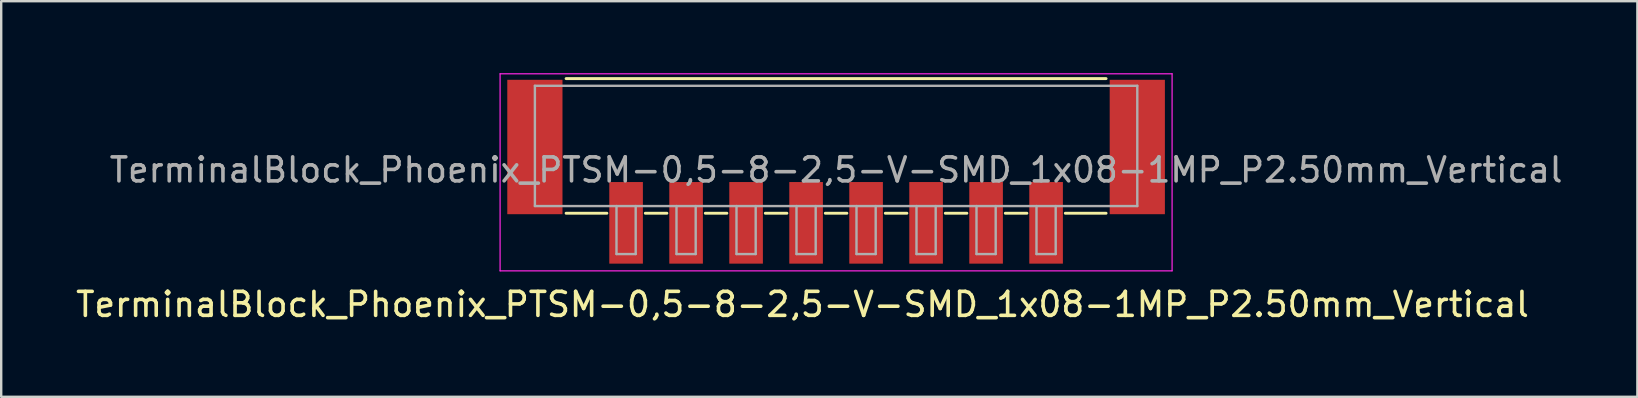
<source format=kicad_pcb>
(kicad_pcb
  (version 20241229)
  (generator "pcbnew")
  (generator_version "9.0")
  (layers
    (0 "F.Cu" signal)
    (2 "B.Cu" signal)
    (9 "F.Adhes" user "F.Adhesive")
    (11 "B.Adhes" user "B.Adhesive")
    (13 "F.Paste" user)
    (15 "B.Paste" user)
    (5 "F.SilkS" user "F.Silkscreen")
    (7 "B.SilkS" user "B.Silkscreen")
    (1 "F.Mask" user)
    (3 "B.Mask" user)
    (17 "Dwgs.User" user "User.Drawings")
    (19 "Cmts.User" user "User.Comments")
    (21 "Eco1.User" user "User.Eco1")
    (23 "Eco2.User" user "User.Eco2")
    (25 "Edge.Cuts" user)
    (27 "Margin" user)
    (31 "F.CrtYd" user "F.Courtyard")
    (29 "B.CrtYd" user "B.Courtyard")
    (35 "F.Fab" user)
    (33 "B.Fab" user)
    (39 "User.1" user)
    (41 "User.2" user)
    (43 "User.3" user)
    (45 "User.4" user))
  (footprint "TerminalBlock_Phoenix_PTSM-0,5-8-2,5-V-SMD_1x08-1MP_P2.50mm_Vertical"
    (layer "F.Cu")
    (at 31.787 4.105)
    (property "Reference" "TerminalBlock_Phoenix_PTSM-0,5-8-2,5-V-SMD_1x08-1MP_P2.50mm_Vertical" (at -1.4 5.53 0) (layer "F.SilkS") (effects (font (size 1 1) (thickness 0.15))))
    (attr smd)
    (fp_line (start -11.25 -3.88) (end 11.25 -3.88) (stroke (width 0.12) (type solid)) (layer "F.SilkS"))
    (fp_line (start -9.55 1.73) (end -11.25 1.73) (stroke (width 0.12) (type solid)) (layer "F.SilkS"))
    (fp_line (start -7.05 1.73) (end -7.95 1.73) (stroke (width 0.12) (type solid)) (layer "F.SilkS"))
    (fp_line (start -4.55 1.73) (end -5.45 1.73) (stroke (width 0.12) (type solid)) (layer "F.SilkS"))
    (fp_line (start -2.05 1.73) (end -2.95 1.73) (stroke (width 0.12) (type solid)) (layer "F.SilkS"))
    (fp_line (start 0.45 1.73) (end -0.45 1.73) (stroke (width 0.12) (type solid)) (layer "F.SilkS"))
    (fp_line (start 2.95 1.73) (end 2.05 1.73) (stroke (width 0.12) (type solid)) (layer "F.SilkS"))
    (fp_line (start 5.45 1.73) (end 4.55 1.73) (stroke (width 0.12) (type solid)) (layer "F.SilkS"))
    (fp_line (start 7.95 1.73) (end 7.05 1.73) (stroke (width 0.12) (type solid)) (layer "F.SilkS"))
    (fp_line (start 11.25 1.73) (end 9.55 1.73) (stroke (width 0.12) (type solid)) (layer "F.SilkS"))
    (fp_line (start -14 -4.08) (end 14 -4.08) (stroke (width 0.05) (type solid)) (layer "F.CrtYd"))
    (fp_line (start -14 4.13) (end -14 -4.08) (stroke (width 0.05) (type solid)) (layer "F.CrtYd"))
    (fp_line (start 14 -4.08) (end 14 4.13) (stroke (width 0.05) (type solid)) (layer "F.CrtYd"))
    (fp_line (start 14 4.13) (end -14 4.13) (stroke (width 0.05) (type solid)) (layer "F.CrtYd"))
    (fp_line (start -12.55 -3.58) (end 12.55 -3.58) (stroke (width 0.1) (type solid)) (layer "F.Fab"))
    (fp_line (start -12.55 1.43) (end -12.55 -3.58) (stroke (width 0.1) (type solid)) (layer "F.Fab"))
    (fp_line (start -9.15 1.43) (end -9.15 3.43) (stroke (width 0.1) (type solid)) (layer "F.Fab"))
    (fp_line (start -9.15 3.43) (end -8.35 3.43) (stroke (width 0.1) (type solid)) (layer "F.Fab"))
    (fp_line (start -8.35 1.43) (end -8.35 3.43) (stroke (width 0.1) (type solid)) (layer "F.Fab"))
    (fp_line (start -6.65 1.43) (end -6.65 3.43) (stroke (width 0.1) (type solid)) (layer "F.Fab"))
    (fp_line (start -6.65 3.43) (end -5.85 3.43) (stroke (width 0.1) (type solid)) (layer "F.Fab"))
    (fp_line (start -5.85 1.43) (end -5.85 3.43) (stroke (width 0.1) (type solid)) (layer "F.Fab"))
    (fp_line (start -4.15 1.43) (end -4.15 3.43) (stroke (width 0.1) (type solid)) (layer "F.Fab"))
    (fp_line (start -4.15 3.43) (end -3.35 3.43) (stroke (width 0.1) (type solid)) (layer "F.Fab"))
    (fp_line (start -3.35 1.43) (end -3.35 3.43) (stroke (width 0.1) (type solid)) (layer "F.Fab"))
    (fp_line (start -1.65 1.43) (end -1.65 3.43) (stroke (width 0.1) (type solid)) (layer "F.Fab"))
    (fp_line (start -1.65 3.43) (end -0.85 3.43) (stroke (width 0.1) (type solid)) (layer "F.Fab"))
    (fp_line (start -0.85 1.43) (end -0.85 3.43) (stroke (width 0.1) (type solid)) (layer "F.Fab"))
    (fp_line (start 0.85 1.43) (end 0.85 3.43) (stroke (width 0.1) (type solid)) (layer "F.Fab"))
    (fp_line (start 0.85 3.43) (end 1.65 3.43) (stroke (width 0.1) (type solid)) (layer "F.Fab"))
    (fp_line (start 1.65 1.43) (end 1.65 3.43) (stroke (width 0.1) (type solid)) (layer "F.Fab"))
    (fp_line (start 3.35 1.43) (end 3.35 3.43) (stroke (width 0.1) (type solid)) (layer "F.Fab"))
    (fp_line (start 3.35 3.43) (end 4.15 3.43) (stroke (width 0.1) (type solid)) (layer "F.Fab"))
    (fp_line (start 4.15 1.43) (end 4.15 3.43) (stroke (width 0.1) (type solid)) (layer "F.Fab"))
    (fp_line (start 5.85 1.43) (end 5.85 3.43) (stroke (width 0.1) (type solid)) (layer "F.Fab"))
    (fp_line (start 5.85 3.43) (end 6.65 3.43) (stroke (width 0.1) (type solid)) (layer "F.Fab"))
    (fp_line (start 6.65 1.43) (end 6.65 3.43) (stroke (width 0.1) (type solid)) (layer "F.Fab"))
    (fp_line (start 8.35 1.43) (end 8.35 3.43) (stroke (width 0.1) (type solid)) (layer "F.Fab"))
    (fp_line (start 8.35 3.43) (end 9.15 3.43) (stroke (width 0.1) (type solid)) (layer "F.Fab"))
    (fp_line (start 9.15 1.43) (end 9.15 3.43) (stroke (width 0.1) (type solid)) (layer "F.Fab"))
    (fp_line (start 12.55 1.43) (end -12.55 1.43) (stroke (width 0.1) (type solid)) (layer "F.Fab"))
    (fp_line (start 12.55 1.43) (end 12.55 -3.58) (stroke (width 0.1) (type solid)) (layer "F.Fab"))
    (fp_text user "${REFERENCE}" (at 0 -0.075 0) (layer "F.Fab") (effects (font (size 1 1) (thickness 0.15))))
    (pad "1" smd rect (at -8.75 2.13 180) (size 1.4 3.4) (layers "F.Cu" "F.Mask" "F.Paste"))
    (pad "2" smd rect (at -6.25 2.13 180) (size 1.4 3.4) (layers "F.Cu" "F.Mask" "F.Paste"))
    (pad "3" smd rect (at -3.75 2.13 180) (size 1.4 3.4) (layers "F.Cu" "F.Mask" "F.Paste"))
    (pad "4" smd rect (at -1.25 2.13 180) (size 1.4 3.4) (layers "F.Cu" "F.Mask" "F.Paste"))
    (pad "5" smd rect (at 1.25 2.13 180) (size 1.4 3.4) (layers "F.Cu" "F.Mask" "F.Paste"))
    (pad "6" smd rect (at 3.75 2.13 180) (size 1.4 3.4) (layers "F.Cu" "F.Mask" "F.Paste"))
    (pad "7" smd rect (at 6.25 2.13 180) (size 1.4 3.4) (layers "F.Cu" "F.Mask" "F.Paste"))
    (pad "8" smd rect (at 8.75 2.13 180) (size 1.4 3.4) (layers "F.Cu" "F.Mask" "F.Paste"))
    (pad "MP" smd rect (at -12.55 -1.03 180) (size 2.3 5.6) (layers "F.Cu" "F.Mask" "F.Paste"))
    (pad "MP" smd rect (at 12.55 -1.03 180) (size 2.3 5.6) (layers "F.Cu" "F.Mask" "F.Paste")))
  (gr_rect
    (start -3 -3)
    (end 65.174 13.483)
    (stroke (width 0.1) (type default))
    (fill no)
    (layer "Edge.Cuts")))
</source>
